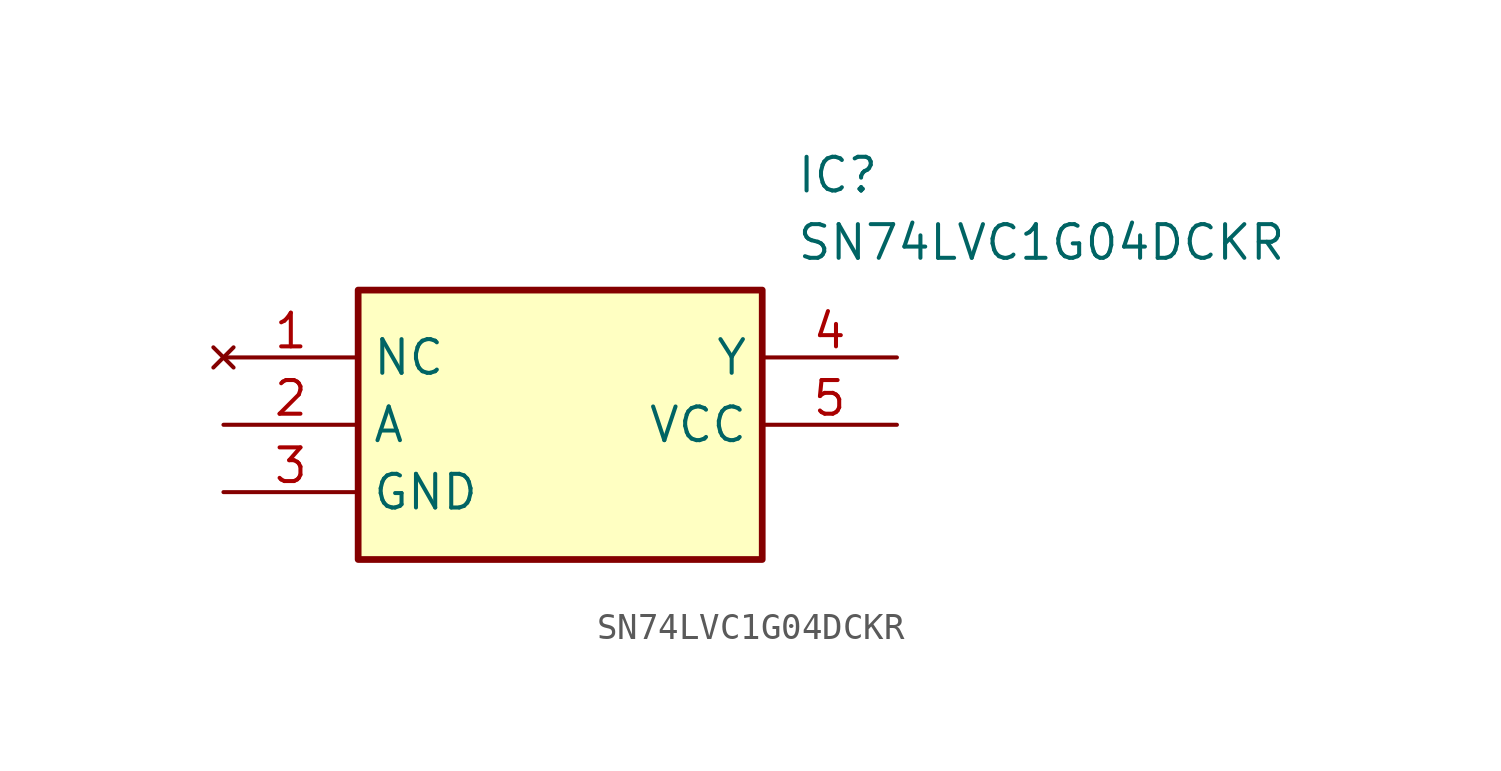
<source format=kicad_sym>
(kicad_symbol_lib
  (version 20211014)
  (generator SamacSys_ECAD_Model)
  (symbol "SN74LVC1G04DCKR"
    (property "Reference" "IC"
      (at 21.59 7.62 0)
      (effects (font (size 1.27 1.27)) (justify left top)))
    (property "Value" "SN74LVC1G04DCKR"
      (at 21.59 5.08 0)
      (effects (font (size 1.27 1.27)) (justify left top)))
    (rectangle
      (start 5.08 2.54)
      (end 20.32 -7.62)
      (stroke (width 0.254) (type default))
      (fill (type background)))
    (pin no_connect line
      (at 0 0 0)
      (length 5.08)
      (name "NC" (effects (font (size 1.27 1.27))))
      (number "1" (effects (font (size 1.27 1.27)))))
    (pin passive line
      (at 0 -2.54 0)
      (length 5.08)
      (name "A" (effects (font (size 1.27 1.27))))
      (number "2" (effects (font (size 1.27 1.27)))))
    (pin passive line
      (at 0 -5.08 0)
      (length 5.08)
      (name "GND" (effects (font (size 1.27 1.27))))
      (number "3" (effects (font (size 1.27 1.27)))))
    (pin passive line
      (at 25.4 0 180)
      (length 5.08)
      (name "Y" (effects (font (size 1.27 1.27))))
      (number "4" (effects (font (size 1.27 1.27)))))
    (pin passive line
      (at 25.4 -2.54 180)
      (length 5.08)
      (name "VCC" (effects (font (size 1.27 1.27))))
      (number "5" (effects (font (size 1.27 1.27)))))))
</source>
